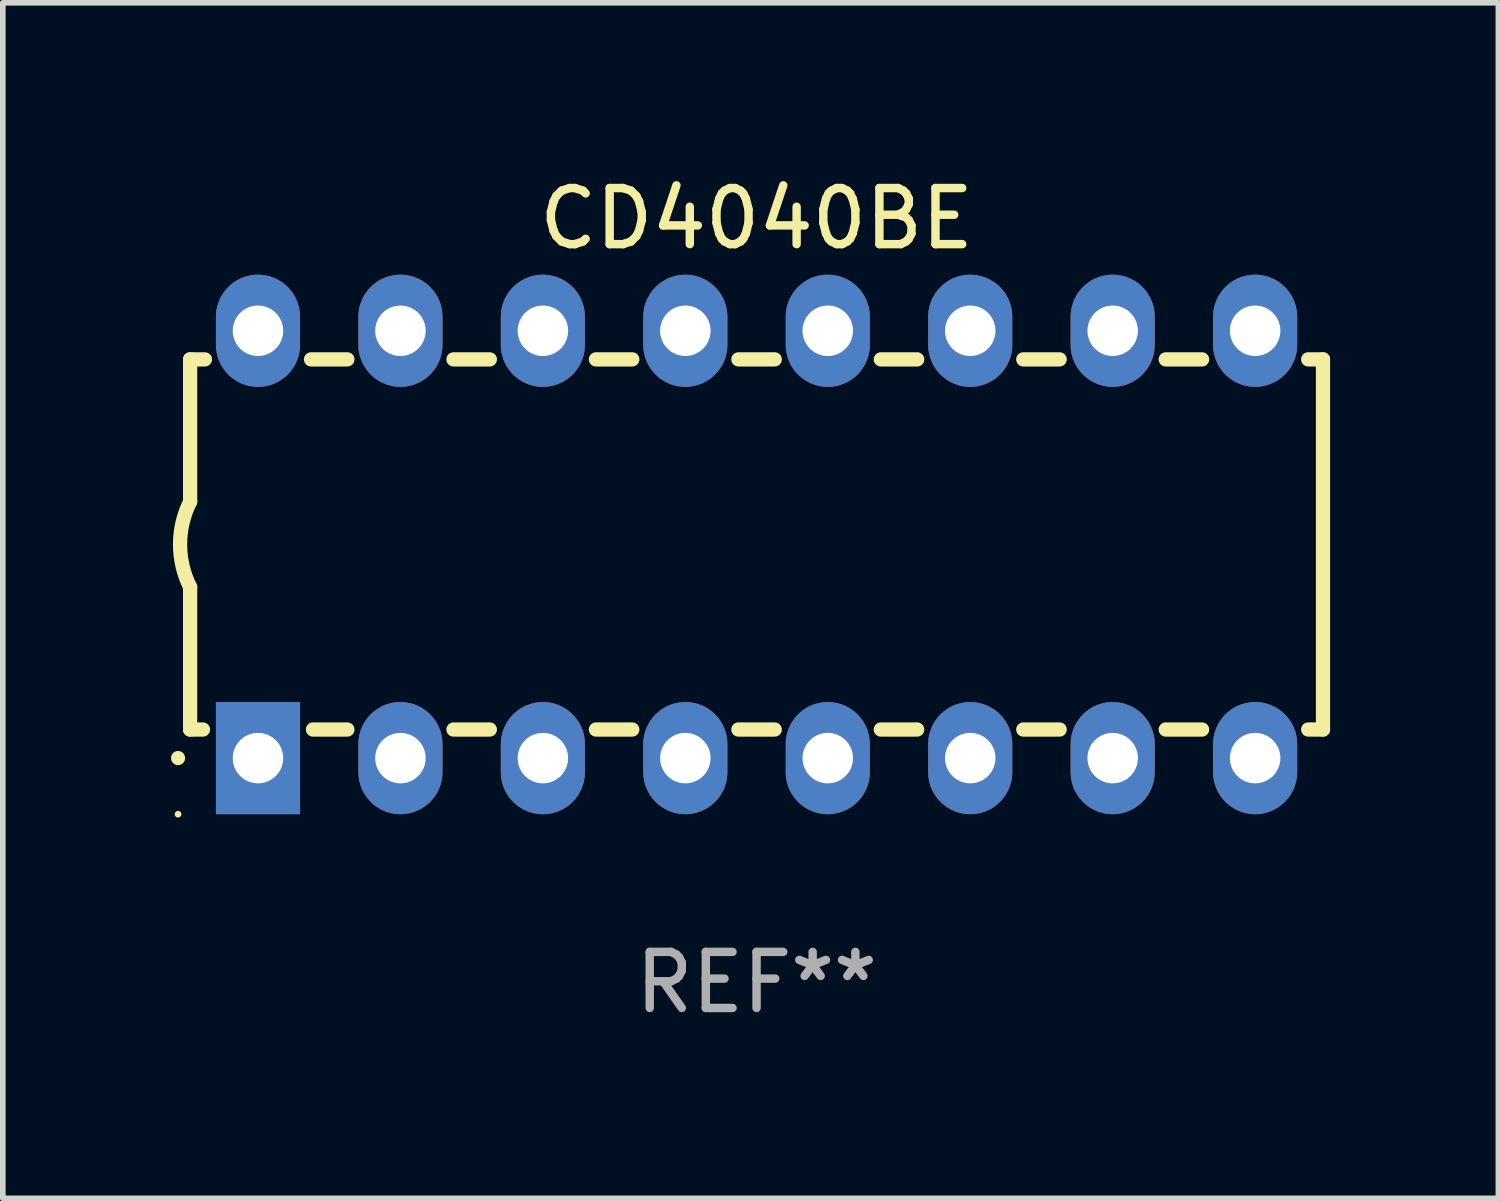
<source format=kicad_pcb>
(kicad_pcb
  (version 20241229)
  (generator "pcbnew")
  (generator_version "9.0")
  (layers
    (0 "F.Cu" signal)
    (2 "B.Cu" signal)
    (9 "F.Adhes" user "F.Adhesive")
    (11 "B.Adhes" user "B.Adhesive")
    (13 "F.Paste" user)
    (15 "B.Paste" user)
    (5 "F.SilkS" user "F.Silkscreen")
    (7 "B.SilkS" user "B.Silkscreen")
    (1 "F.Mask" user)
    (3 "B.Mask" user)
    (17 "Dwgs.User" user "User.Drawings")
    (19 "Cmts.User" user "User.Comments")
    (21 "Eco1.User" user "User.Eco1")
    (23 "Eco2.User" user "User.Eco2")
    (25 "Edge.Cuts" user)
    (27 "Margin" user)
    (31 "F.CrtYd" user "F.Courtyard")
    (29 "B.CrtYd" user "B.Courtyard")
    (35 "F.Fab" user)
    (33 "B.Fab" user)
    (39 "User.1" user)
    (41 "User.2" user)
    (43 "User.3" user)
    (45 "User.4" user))
  (footprint "CD4040BE"
    (layer "F.Cu")
    (at 10.44 6.658)
    (property "Reference" "CD4040BE" (at 0 -5.81 0) (layer "F.SilkS") (effects (font (size 1 1) (thickness 0.15))))
    (attr through_hole)
    (fp_line (start -10.1 -3.3) (end -10.1 -0.762) (stroke (width 0.254) (type solid)) (layer "F.SilkS"))
    (fp_line (start -10.1 -3.3) (end -9.836 -3.3) (stroke (width 0.254) (type solid)) (layer "F.SilkS"))
    (fp_line (start -10.1 3.3) (end -10.1 0.762) (stroke (width 0.254) (type solid)) (layer "F.SilkS"))
    (fp_line (start -9.871 3.3) (end -10.1 3.3) (stroke (width 0.254) (type solid)) (layer "F.SilkS"))
    (fp_line (start -7.944 -3.3) (end -7.296 -3.3) (stroke (width 0.254) (type solid)) (layer "F.SilkS"))
    (fp_line (start -7.296 3.3) (end -7.909 3.3) (stroke (width 0.254) (type solid)) (layer "F.SilkS"))
    (fp_line (start -5.404 -3.3) (end -4.756 -3.3) (stroke (width 0.254) (type solid)) (layer "F.SilkS"))
    (fp_line (start -4.756 3.3) (end -5.404 3.3) (stroke (width 0.254) (type solid)) (layer "F.SilkS"))
    (fp_line (start -2.864 -3.3) (end -2.216 -3.3) (stroke (width 0.254) (type solid)) (layer "F.SilkS"))
    (fp_line (start -2.216 3.3) (end -2.864 3.3) (stroke (width 0.254) (type solid)) (layer "F.SilkS"))
    (fp_line (start -0.324 -3.3) (end 0.324 -3.3) (stroke (width 0.254) (type solid)) (layer "F.SilkS"))
    (fp_line (start 0.324 3.3) (end -0.324 3.3) (stroke (width 0.254) (type solid)) (layer "F.SilkS"))
    (fp_line (start 2.216 -3.3) (end 2.864 -3.3) (stroke (width 0.254) (type solid)) (layer "F.SilkS"))
    (fp_line (start 2.864 3.3) (end 2.216 3.3) (stroke (width 0.254) (type solid)) (layer "F.SilkS"))
    (fp_line (start 4.756 -3.3) (end 5.404 -3.3) (stroke (width 0.254) (type solid)) (layer "F.SilkS"))
    (fp_line (start 5.404 3.3) (end 4.756 3.3) (stroke (width 0.254) (type solid)) (layer "F.SilkS"))
    (fp_line (start 7.296 -3.3) (end 7.944 -3.3) (stroke (width 0.254) (type solid)) (layer "F.SilkS"))
    (fp_line (start 7.944 3.3) (end 7.296 3.3) (stroke (width 0.254) (type solid)) (layer "F.SilkS"))
    (fp_line (start 9.836 -3.3) (end 10.1 -3.3) (stroke (width 0.254) (type solid)) (layer "F.SilkS"))
    (fp_line (start 10.1 3.3) (end 9.836 3.3) (stroke (width 0.254) (type solid)) (layer "F.SilkS"))
    (fp_line (start 10.1 3.3) (end 10.1 -3.3) (stroke (width 0.254) (type solid)) (layer "F.SilkS"))
    (fp_arc (start -10.314948 3.810008) (mid -10.314955 3.808738) (end -10.314948 3.807468) (stroke (width 0.25) (type solid)) (layer "F.SilkS"))
    (fp_arc (start -10.099048 0.762001) (mid -10.279271 0.000116) (end -10.100038 -0.762002) (stroke (width 0.254001) (type solid)) (layer "F.SilkS"))
    (fp_circle (center -10.315 4.81) (end -10.285 4.81) (stroke (width 0.06) (type solid)) (fill no) (layer "F.SilkS"))
    (fp_text user "REF**" (at 0 7.81 0) (layer "F.Fab") (effects (font (size 1 1) (thickness 0.15))))
    (pad "1" thru_hole rect (at -8.89 3.81 90) (size 2 1.5) (drill 0.9) (layers "*.Cu" "*.Mask"))
    (pad "2" thru_hole oval (at -6.35 3.81 90) (size 2 1.5) (drill 0.9) (layers "*.Cu" "*.Mask"))
    (pad "3" thru_hole oval (at -3.81 3.81 90) (size 2 1.5) (drill 0.9) (layers "*.Cu" "*.Mask"))
    (pad "4" thru_hole oval (at -1.27 3.81 90) (size 2 1.5) (drill 0.9) (layers "*.Cu" "*.Mask"))
    (pad "5" thru_hole oval (at 1.27 3.81 90) (size 2 1.5) (drill 0.9) (layers "*.Cu" "*.Mask"))
    (pad "6" thru_hole oval (at 3.81 3.81 90) (size 2 1.5) (drill 0.9) (layers "*.Cu" "*.Mask"))
    (pad "7" thru_hole oval (at 6.35 3.81 90) (size 2 1.5) (drill 0.9) (layers "*.Cu" "*.Mask"))
    (pad "8" thru_hole oval (at 8.89 3.81 90) (size 2 1.5) (drill 0.9) (layers "*.Cu" "*.Mask"))
    (pad "9" thru_hole oval (at 8.89 -3.81 90) (size 2 1.5) (drill 0.9) (layers "*.Cu" "*.Mask"))
    (pad "10" thru_hole oval (at 6.35 -3.81 90) (size 2 1.5) (drill 0.9) (layers "*.Cu" "*.Mask"))
    (pad "11" thru_hole oval (at 3.81 -3.81 90) (size 2 1.5) (drill 0.9) (layers "*.Cu" "*.Mask"))
    (pad "12" thru_hole oval (at 1.27 -3.81 90) (size 2 1.5) (drill 0.9) (layers "*.Cu" "*.Mask"))
    (pad "13" thru_hole oval (at -1.27 -3.81 90) (size 2 1.5) (drill 0.9) (layers "*.Cu" "*.Mask"))
    (pad "14" thru_hole oval (at -3.81 -3.81 90) (size 2 1.5) (drill 0.9) (layers "*.Cu" "*.Mask"))
    (pad "15" thru_hole oval (at -6.35 -3.81 90) (size 2 1.5) (drill 0.9) (layers "*.Cu" "*.Mask"))
    (pad "16" thru_hole oval (at -8.89 -3.81 90) (size 2 1.5) (drill 0.9) (layers "*.Cu" "*.Mask")))
  (gr_rect
    (start -3 -3)
    (end 23.667 18.317)
    (stroke (width 0.1) (type default))
    (fill no)
    (layer "Edge.Cuts")))
</source>
